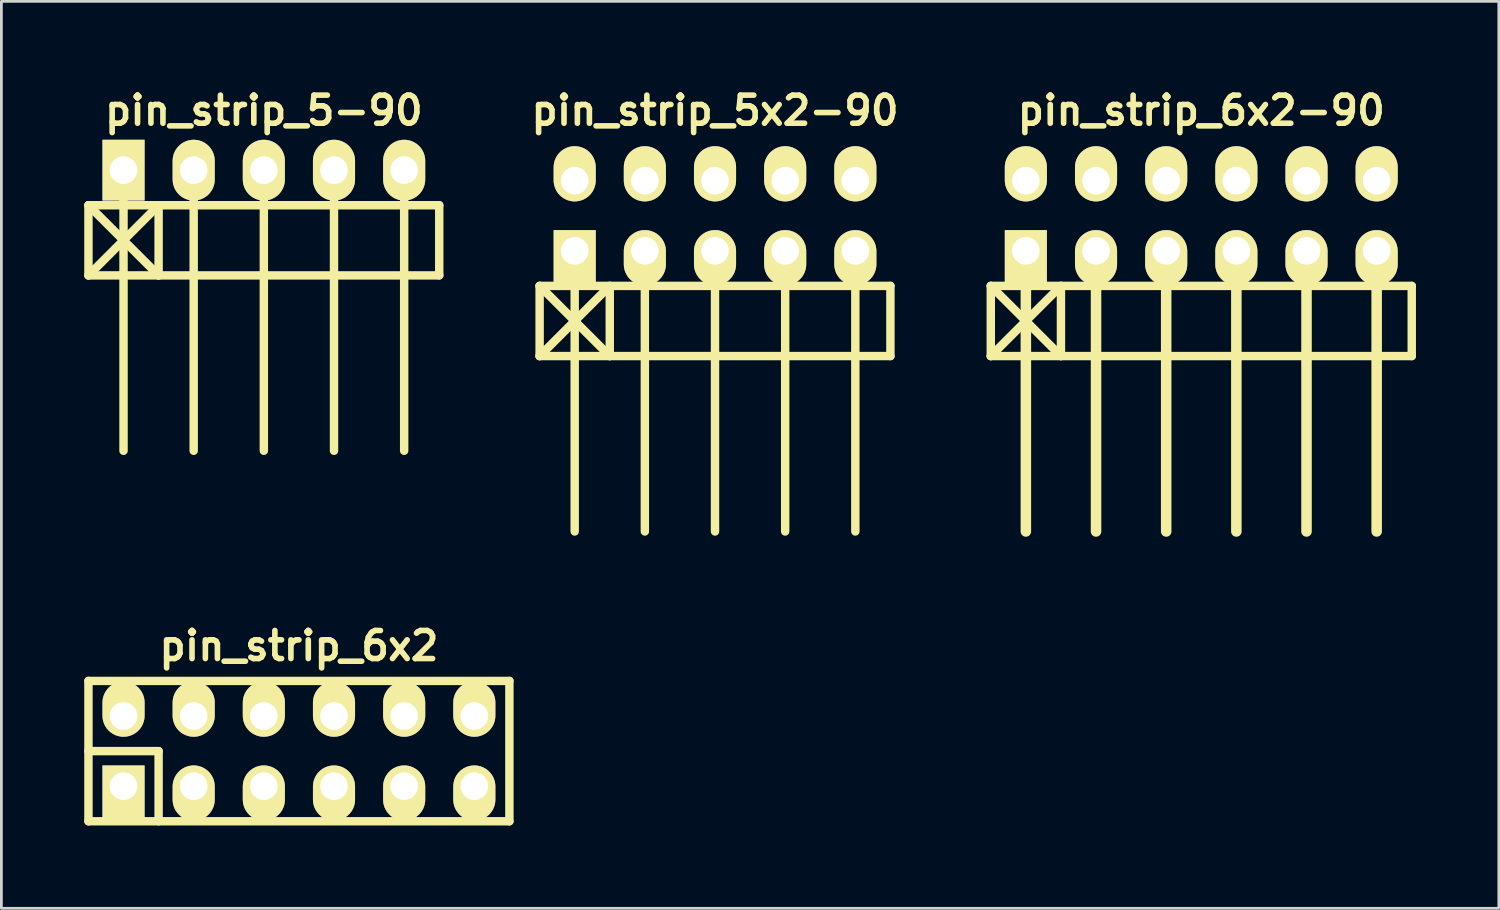
<source format=kicad_pcb>
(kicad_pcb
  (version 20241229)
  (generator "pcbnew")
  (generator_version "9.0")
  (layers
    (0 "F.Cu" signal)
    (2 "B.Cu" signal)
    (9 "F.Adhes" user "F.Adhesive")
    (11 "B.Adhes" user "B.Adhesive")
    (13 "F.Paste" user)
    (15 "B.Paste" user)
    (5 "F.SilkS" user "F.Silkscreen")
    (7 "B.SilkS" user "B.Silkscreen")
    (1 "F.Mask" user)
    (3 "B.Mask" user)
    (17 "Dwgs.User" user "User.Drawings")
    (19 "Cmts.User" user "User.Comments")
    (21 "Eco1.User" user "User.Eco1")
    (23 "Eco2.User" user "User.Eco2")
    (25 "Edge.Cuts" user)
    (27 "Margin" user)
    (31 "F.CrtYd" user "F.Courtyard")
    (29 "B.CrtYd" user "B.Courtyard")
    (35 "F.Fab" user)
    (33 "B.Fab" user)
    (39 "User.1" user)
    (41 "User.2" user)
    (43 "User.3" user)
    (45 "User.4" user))
  (footprint "pin_strip_6x2"
    (layer "F.Cu")
    (at 7.772 24.142)
    (property "Reference" "pin_strip_6x2" (at 0 -3.81 0) (layer "F.SilkS") (effects (font (size 1.016 1.016) (thickness 0.203))))
    (attr through_hole)
    (fp_line (start -7.62 -2.54) (end -7.62 2.54) (stroke (width 0.305) (type solid)) (layer "F.SilkS"))
    (fp_line (start -7.62 -2.54) (end 7.62 -2.54) (stroke (width 0.305) (type solid)) (layer "F.SilkS"))
    (fp_line (start -7.62 0) (end -5.08 0) (stroke (width 0.305) (type solid)) (layer "F.SilkS"))
    (fp_line (start -5.08 0) (end -5.08 2.54) (stroke (width 0.305) (type solid)) (layer "F.SilkS"))
    (fp_line (start 7.62 -2.54) (end 7.62 2.54) (stroke (width 0.305) (type solid)) (layer "F.SilkS"))
    (fp_line (start 7.62 2.54) (end -7.62 2.54) (stroke (width 0.305) (type solid)) (layer "F.SilkS"))
    (pad "1" thru_hole rect (at -6.35 1.27) (size 1.524 1.999) (drill 1.001 (offset 0 0.249)) (layers "*.Cu" "*.Mask" "F.SilkS"))
    (pad "2" thru_hole oval (at -6.35 -1.27) (size 1.524 1.999) (drill 1.001 (offset 0 -0.249)) (layers "*.Cu" "*.Mask" "F.SilkS"))
    (pad "3" thru_hole oval (at -3.81 1.27) (size 1.524 1.999) (drill 1.001 (offset 0 0.249)) (layers "*.Cu" "*.Mask" "F.SilkS"))
    (pad "4" thru_hole oval (at -3.81 -1.27) (size 1.524 1.999) (drill 1.001 (offset 0 -0.249)) (layers "*.Cu" "*.Mask" "F.SilkS"))
    (pad "5" thru_hole oval (at -1.27 1.27) (size 1.524 1.999) (drill 1.001 (offset 0 0.249)) (layers "*.Cu" "*.Mask" "F.SilkS"))
    (pad "6" thru_hole oval (at -1.27 -1.27) (size 1.524 1.999) (drill 1.001 (offset 0 -0.249)) (layers "*.Cu" "*.Mask" "F.SilkS"))
    (pad "7" thru_hole oval (at 1.27 1.27) (size 1.524 1.999) (drill 1.001 (offset 0 0.249)) (layers "*.Cu" "*.Mask" "F.SilkS"))
    (pad "8" thru_hole oval (at 1.27 -1.27) (size 1.524 1.999) (drill 1.001 (offset 0 -0.249)) (layers "*.Cu" "*.Mask" "F.SilkS"))
    (pad "9" thru_hole oval (at 3.81 1.27) (size 1.524 1.999) (drill 1.001 (offset 0 0.249)) (layers "*.Cu" "*.Mask" "F.SilkS"))
    (pad "10" thru_hole oval (at 3.81 -1.27) (size 1.524 1.999) (drill 1.001 (offset 0 -0.249)) (layers "*.Cu" "*.Mask" "F.SilkS"))
    (pad "11" thru_hole oval (at 6.35 1.27) (size 1.524 1.999) (drill 1.001 (offset 0 0.249)) (layers "*.Cu" "*.Mask" "F.SilkS"))
    (pad "12" thru_hole oval (at 6.35 -1.27) (size 1.524 1.999) (drill 1.001 (offset 0 -0.249)) (layers "*.Cu" "*.Mask" "F.SilkS")))
  (footprint "pin_strip_5x2-90"
    (layer "F.Cu")
    (at 22.836 4.761)
    (property "Reference" "pin_strip_5x2-90" (at 0 -3.81 0) (layer "F.SilkS") (effects (font (size 1.016 1.016) (thickness 0.203))))
    (attr through_hole)
    (fp_line (start -6.35 2.54) (end -3.81 5.08) (stroke (width 0.305) (type solid)) (layer "F.SilkS"))
    (fp_line (start -6.35 2.54) (end 6.35 2.54) (stroke (width 0.305) (type solid)) (layer "F.SilkS"))
    (fp_line (start -6.35 5.08) (end -6.35 2.54) (stroke (width 0.305) (type solid)) (layer "F.SilkS"))
    (fp_line (start -5.08 1.27) (end -5.08 11.43) (stroke (width 0.305) (type solid)) (layer "F.SilkS"))
    (fp_line (start -3.81 2.54) (end -6.35 5.08) (stroke (width 0.305) (type solid)) (layer "F.SilkS"))
    (fp_line (start -3.81 5.08) (end -3.81 2.54) (stroke (width 0.305) (type solid)) (layer "F.SilkS"))
    (fp_line (start -2.54 1.27) (end -2.54 11.43) (stroke (width 0.305) (type solid)) (layer "F.SilkS"))
    (fp_line (start 0 11.43) (end 0 1.27) (stroke (width 0.305) (type solid)) (layer "F.SilkS"))
    (fp_line (start 2.54 1.27) (end 2.54 11.43) (stroke (width 0.305) (type solid)) (layer "F.SilkS"))
    (fp_line (start 5.08 1.27) (end 5.08 11.43) (stroke (width 0.305) (type solid)) (layer "F.SilkS"))
    (fp_line (start 6.35 2.54) (end 6.35 5.08) (stroke (width 0.305) (type solid)) (layer "F.SilkS"))
    (fp_line (start 6.35 5.08) (end -6.35 5.08) (stroke (width 0.305) (type solid)) (layer "F.SilkS"))
    (pad "1" thru_hole rect (at -5.08 1.27) (size 1.524 1.999) (drill 1.001 (offset 0 0.249)) (layers "*.Cu" "*.Mask" "F.SilkS"))
    (pad "2" thru_hole oval (at -5.08 -1.27) (size 1.524 1.999) (drill 1.001 (offset 0 -0.249)) (layers "*.Cu" "*.Mask" "F.SilkS"))
    (pad "3" thru_hole oval (at -2.54 1.27) (size 1.524 1.999) (drill 1.001 (offset 0 0.249)) (layers "*.Cu" "*.Mask" "F.SilkS"))
    (pad "4" thru_hole oval (at -2.54 -1.27) (size 1.524 1.999) (drill 1.001 (offset 0 -0.249)) (layers "*.Cu" "*.Mask" "F.SilkS"))
    (pad "5" thru_hole oval (at 0 1.27) (size 1.524 1.999) (drill 1.001 (offset 0 0.249)) (layers "*.Cu" "*.Mask" "F.SilkS"))
    (pad "6" thru_hole oval (at 0 -1.27) (size 1.524 1.999) (drill 1.001 (offset 0 -0.249)) (layers "*.Cu" "*.Mask" "F.SilkS"))
    (pad "7" thru_hole oval (at 2.54 1.27) (size 1.524 1.999) (drill 1.001 (offset 0 0.249)) (layers "*.Cu" "*.Mask" "F.SilkS"))
    (pad "8" thru_hole oval (at 2.54 -1.27) (size 1.524 1.999) (drill 1.001 (offset 0 -0.249)) (layers "*.Cu" "*.Mask" "F.SilkS"))
    (pad "9" thru_hole oval (at 5.08 1.27) (size 1.524 1.999) (drill 1.001 (offset 0 0.249)) (layers "*.Cu" "*.Mask" "F.SilkS"))
    (pad "10" thru_hole oval (at 5.08 -1.27) (size 1.524 1.999) (drill 1.001 (offset 0 -0.249)) (layers "*.Cu" "*.Mask" "F.SilkS")))
  (footprint "pin_strip_5-90"
    (layer "F.Cu")
    (at 6.502 3.11)
    (property "Reference" "pin_strip_5-90" (at 0 -2.159 0) (layer "F.SilkS") (effects (font (size 1.016 1.016) (thickness 0.203))))
    (attr through_hole)
    (fp_line (start -6.35 1.27) (end -3.81 3.81) (stroke (width 0.305) (type solid)) (layer "F.SilkS"))
    (fp_line (start -6.35 1.27) (end 6.35 1.27) (stroke (width 0.305) (type solid)) (layer "F.SilkS"))
    (fp_line (start -6.35 3.81) (end -6.35 1.27) (stroke (width 0.305) (type solid)) (layer "F.SilkS"))
    (fp_line (start -5.08 0) (end -5.08 10.16) (stroke (width 0.305) (type solid)) (layer "F.SilkS"))
    (fp_line (start -3.81 1.27) (end -6.35 3.81) (stroke (width 0.305) (type solid)) (layer "F.SilkS"))
    (fp_line (start -3.81 1.27) (end -3.81 3.81) (stroke (width 0.305) (type solid)) (layer "F.SilkS"))
    (fp_line (start -2.54 0) (end -2.54 10.16) (stroke (width 0.305) (type solid)) (layer "F.SilkS"))
    (fp_line (start 0 10.16) (end 0 0) (stroke (width 0.305) (type solid)) (layer "F.SilkS"))
    (fp_line (start 2.54 0) (end 2.54 10.16) (stroke (width 0.305) (type solid)) (layer "F.SilkS"))
    (fp_line (start 5.08 0) (end 5.08 10.16) (stroke (width 0.305) (type solid)) (layer "F.SilkS"))
    (fp_line (start 6.35 1.27) (end 6.35 3.81) (stroke (width 0.305) (type solid)) (layer "F.SilkS"))
    (fp_line (start 6.35 3.81) (end -6.35 3.81) (stroke (width 0.305) (type solid)) (layer "F.SilkS"))
    (pad "1" thru_hole rect (at -5.08 0) (size 1.524 2.2) (drill 1.001) (layers "*.Cu" "*.Mask" "F.SilkS"))
    (pad "2" thru_hole oval (at -2.54 0) (size 1.524 2.2) (drill 1.001) (layers "*.Cu" "*.Mask" "F.SilkS"))
    (pad "3" thru_hole oval (at 0 0) (size 1.524 2.2) (drill 1.001) (layers "*.Cu" "*.Mask" "F.SilkS"))
    (pad "4" thru_hole oval (at 2.54 0) (size 1.524 2.2) (drill 1.001) (layers "*.Cu" "*.Mask" "F.SilkS"))
    (pad "5" thru_hole oval (at 5.08 0) (size 1.524 2.2) (drill 1.001) (layers "*.Cu" "*.Mask" "F.SilkS")))
  (footprint "pin_strip_6x2-90"
    (layer "F.Cu")
    (at 40.44 4.761)
    (property "Reference" "pin_strip_6x2-90" (at 0 -3.81 0) (layer "F.SilkS") (effects (font (size 1.016 1.016) (thickness 0.203))))
    (attr through_hole)
    (fp_line (start -7.62 2.54) (end -5.08 5.08) (stroke (width 0.305) (type solid)) (layer "F.SilkS"))
    (fp_line (start -7.62 2.54) (end 7.62 2.54) (stroke (width 0.305) (type solid)) (layer "F.SilkS"))
    (fp_line (start -7.62 5.08) (end -7.62 2.54) (stroke (width 0.305) (type solid)) (layer "F.SilkS"))
    (fp_line (start -7.62 5.08) (end -5.08 2.54) (stroke (width 0.305) (type solid)) (layer "F.SilkS"))
    (fp_line (start -6.35 1.27) (end -6.35 11.43) (stroke (width 0.381) (type solid)) (layer "F.SilkS"))
    (fp_line (start -5.08 5.08) (end -5.08 2.54) (stroke (width 0.305) (type solid)) (layer "F.SilkS"))
    (fp_line (start -3.81 1.27) (end -3.81 11.43) (stroke (width 0.381) (type solid)) (layer "F.SilkS"))
    (fp_line (start -1.27 11.43) (end -1.27 1.27) (stroke (width 0.381) (type solid)) (layer "F.SilkS"))
    (fp_line (start 1.27 1.27) (end 1.27 11.43) (stroke (width 0.381) (type solid)) (layer "F.SilkS"))
    (fp_line (start 3.81 1.27) (end 3.81 11.43) (stroke (width 0.381) (type solid)) (layer "F.SilkS"))
    (fp_line (start 6.35 1.27) (end 6.35 11.43) (stroke (width 0.381) (type solid)) (layer "F.SilkS"))
    (fp_line (start 7.62 2.54) (end 7.62 5.08) (stroke (width 0.305) (type solid)) (layer "F.SilkS"))
    (fp_line (start 7.62 5.08) (end -7.62 5.08) (stroke (width 0.305) (type solid)) (layer "F.SilkS"))
    (pad "1" thru_hole rect (at -6.35 1.27) (size 1.524 1.999) (drill 1.001 (offset 0 0.249)) (layers "*.Cu" "*.Mask" "F.SilkS"))
    (pad "2" thru_hole oval (at -6.35 -1.27) (size 1.524 1.999) (drill 1.001 (offset 0 -0.249)) (layers "*.Cu" "*.Mask" "F.SilkS"))
    (pad "3" thru_hole oval (at -3.81 1.27) (size 1.524 1.999) (drill 1.001 (offset 0 0.249)) (layers "*.Cu" "*.Mask" "F.SilkS"))
    (pad "4" thru_hole oval (at -3.81 -1.27) (size 1.524 1.999) (drill 1.001 (offset 0 -0.249)) (layers "*.Cu" "*.Mask" "F.SilkS"))
    (pad "5" thru_hole oval (at -1.27 1.27) (size 1.524 1.999) (drill 1.001 (offset 0 0.249)) (layers "*.Cu" "*.Mask" "F.SilkS"))
    (pad "6" thru_hole oval (at -1.27 -1.27) (size 1.524 1.999) (drill 1.001 (offset 0 -0.249)) (layers "*.Cu" "*.Mask" "F.SilkS"))
    (pad "7" thru_hole oval (at 1.27 1.27) (size 1.524 1.999) (drill 1.001 (offset 0 0.249)) (layers "*.Cu" "*.Mask" "F.SilkS"))
    (pad "8" thru_hole oval (at 1.27 -1.27) (size 1.524 1.999) (drill 1.001 (offset 0 -0.249)) (layers "*.Cu" "*.Mask" "F.SilkS"))
    (pad "9" thru_hole oval (at 3.81 1.27) (size 1.524 1.999) (drill 1.001 (offset 0 0.249)) (layers "*.Cu" "*.Mask" "F.SilkS"))
    (pad "10" thru_hole oval (at 3.81 -1.27) (size 1.524 1.999) (drill 1.001 (offset 0 -0.249)) (layers "*.Cu" "*.Mask" "F.SilkS"))
    (pad "11" thru_hole oval (at 6.35 1.27) (size 1.524 1.999) (drill 1.001 (offset 0 0.249)) (layers "*.Cu" "*.Mask" "F.SilkS"))
    (pad "12" thru_hole oval (at 6.35 -1.27) (size 1.524 1.999) (drill 1.001 (offset 0 -0.249)) (layers "*.Cu" "*.Mask" "F.SilkS")))
  (gr_rect
    (start -3 -3)
    (end 51.212 29.835)
    (stroke (width 0.1) (type default))
    (fill no)
    (layer "Edge.Cuts")))
</source>
